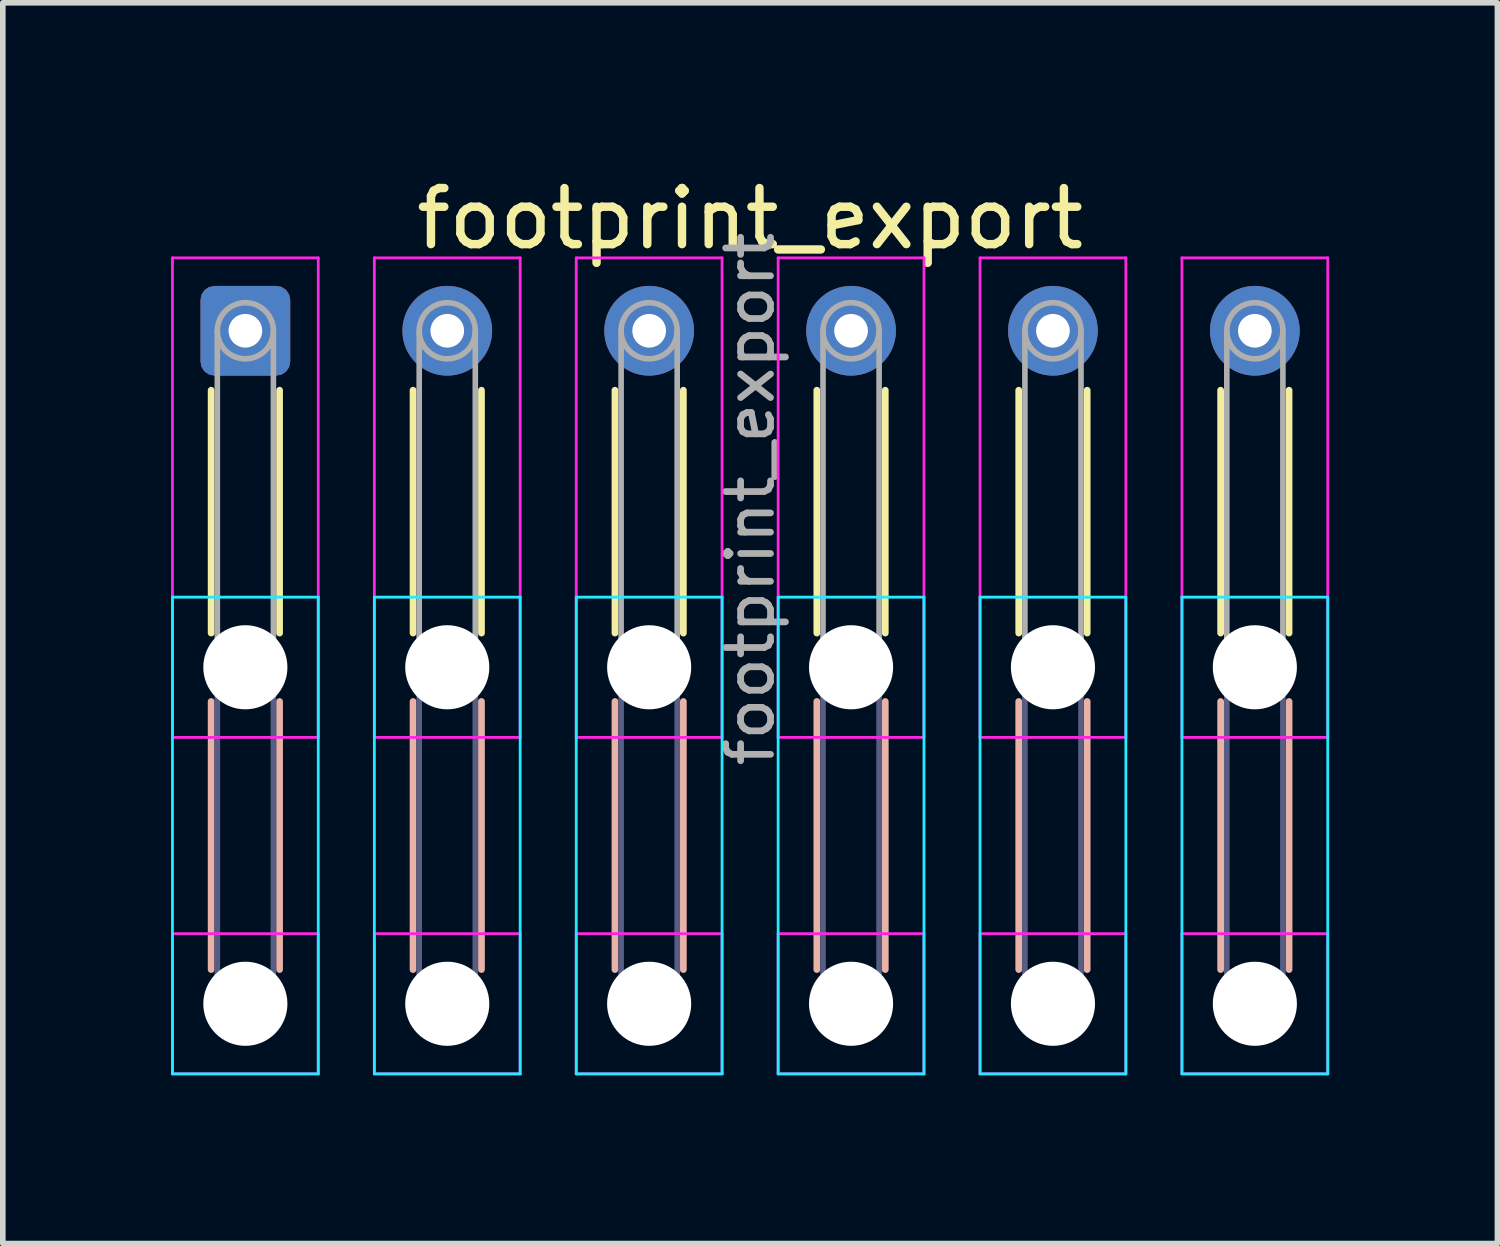
<source format=kicad_pcb>
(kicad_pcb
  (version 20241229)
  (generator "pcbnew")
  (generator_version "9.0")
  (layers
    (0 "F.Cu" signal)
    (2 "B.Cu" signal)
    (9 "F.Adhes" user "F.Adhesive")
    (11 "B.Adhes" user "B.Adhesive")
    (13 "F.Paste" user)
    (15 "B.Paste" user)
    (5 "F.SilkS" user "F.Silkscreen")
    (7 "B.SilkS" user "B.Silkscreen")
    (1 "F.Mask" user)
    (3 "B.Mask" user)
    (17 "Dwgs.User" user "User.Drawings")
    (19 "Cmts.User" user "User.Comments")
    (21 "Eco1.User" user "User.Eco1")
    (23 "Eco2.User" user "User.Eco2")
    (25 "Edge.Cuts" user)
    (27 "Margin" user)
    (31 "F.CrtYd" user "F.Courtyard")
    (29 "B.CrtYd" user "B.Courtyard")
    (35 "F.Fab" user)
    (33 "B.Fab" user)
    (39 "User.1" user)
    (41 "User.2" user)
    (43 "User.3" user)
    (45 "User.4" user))
  (footprint "footprint_export"
    (layer "F.Cu")
    (at 1.325 2.848)
    (property "Reference" "footprint_export" (at 9 -2 0) (layer "F.SilkS") (effects (font (size 1 1) (thickness 0.15))))
    (attr exclude_from_pos_files exclude_from_bom)
    (fp_line (start -0.61 1.06) (end -0.61 5.39) (stroke (width 0.12) (type solid)) (layer "F.SilkS"))
    (fp_line (start 0.61 1.06) (end 0.61 5.39) (stroke (width 0.12) (type solid)) (layer "F.SilkS"))
    (fp_line (start 2.99 1.06) (end 2.99 5.39) (stroke (width 0.12) (type solid)) (layer "F.SilkS"))
    (fp_line (start 4.21 1.06) (end 4.21 5.39) (stroke (width 0.12) (type solid)) (layer "F.SilkS"))
    (fp_line (start 6.59 1.06) (end 6.59 5.39) (stroke (width 0.12) (type solid)) (layer "F.SilkS"))
    (fp_line (start 7.81 1.06) (end 7.81 5.39) (stroke (width 0.12) (type solid)) (layer "F.SilkS"))
    (fp_line (start 10.19 1.06) (end 10.19 5.39) (stroke (width 0.12) (type solid)) (layer "F.SilkS"))
    (fp_line (start 11.41 1.06) (end 11.41 5.39) (stroke (width 0.12) (type solid)) (layer "F.SilkS"))
    (fp_line (start 13.79 1.06) (end 13.79 5.39) (stroke (width 0.12) (type solid)) (layer "F.SilkS"))
    (fp_line (start 15.01 1.06) (end 15.01 5.39) (stroke (width 0.12) (type solid)) (layer "F.SilkS"))
    (fp_line (start 17.39 1.06) (end 17.39 5.39) (stroke (width 0.12) (type solid)) (layer "F.SilkS"))
    (fp_line (start 18.61 1.06) (end 18.61 5.39) (stroke (width 0.12) (type solid)) (layer "F.SilkS"))
    (fp_line (start -0.61 6.61) (end -0.61 11.39) (stroke (width 0.12) (type solid)) (layer "B.SilkS"))
    (fp_line (start 0.61 6.61) (end 0.61 11.39) (stroke (width 0.12) (type solid)) (layer "B.SilkS"))
    (fp_line (start 2.99 6.61) (end 2.99 11.39) (stroke (width 0.12) (type solid)) (layer "B.SilkS"))
    (fp_line (start 4.21 6.61) (end 4.21 11.39) (stroke (width 0.12) (type solid)) (layer "B.SilkS"))
    (fp_line (start 6.59 6.61) (end 6.59 11.39) (stroke (width 0.12) (type solid)) (layer "B.SilkS"))
    (fp_line (start 7.81 6.61) (end 7.81 11.39) (stroke (width 0.12) (type solid)) (layer "B.SilkS"))
    (fp_line (start 10.19 6.61) (end 10.19 11.39) (stroke (width 0.12) (type solid)) (layer "B.SilkS"))
    (fp_line (start 11.41 6.61) (end 11.41 11.39) (stroke (width 0.12) (type solid)) (layer "B.SilkS"))
    (fp_line (start 13.79 6.61) (end 13.79 11.39) (stroke (width 0.12) (type solid)) (layer "B.SilkS"))
    (fp_line (start 15.01 6.61) (end 15.01 11.39) (stroke (width 0.12) (type solid)) (layer "B.SilkS"))
    (fp_line (start 17.39 6.61) (end 17.39 11.39) (stroke (width 0.12) (type solid)) (layer "B.SilkS"))
    (fp_line (start 18.61 6.61) (end 18.61 11.39) (stroke (width 0.12) (type solid)) (layer "B.SilkS"))
    (fp_line (start -1.3 4.75) (end -1.3 13.25) (stroke (width 0.05) (type solid)) (layer "B.CrtYd"))
    (fp_line (start -1.3 13.25) (end 1.3 13.25) (stroke (width 0.05) (type solid)) (layer "B.CrtYd"))
    (fp_line (start 1.3 4.75) (end -1.3 4.75) (stroke (width 0.05) (type solid)) (layer "B.CrtYd"))
    (fp_line (start 1.3 13.25) (end 1.3 4.75) (stroke (width 0.05) (type solid)) (layer "B.CrtYd"))
    (fp_line (start 2.3 4.75) (end 2.3 13.25) (stroke (width 0.05) (type solid)) (layer "B.CrtYd"))
    (fp_line (start 2.3 13.25) (end 4.9 13.25) (stroke (width 0.05) (type solid)) (layer "B.CrtYd"))
    (fp_line (start 4.9 4.75) (end 2.3 4.75) (stroke (width 0.05) (type solid)) (layer "B.CrtYd"))
    (fp_line (start 4.9 13.25) (end 4.9 4.75) (stroke (width 0.05) (type solid)) (layer "B.CrtYd"))
    (fp_line (start 5.9 4.75) (end 5.9 13.25) (stroke (width 0.05) (type solid)) (layer "B.CrtYd"))
    (fp_line (start 5.9 13.25) (end 8.5 13.25) (stroke (width 0.05) (type solid)) (layer "B.CrtYd"))
    (fp_line (start 8.5 4.75) (end 5.9 4.75) (stroke (width 0.05) (type solid)) (layer "B.CrtYd"))
    (fp_line (start 8.5 13.25) (end 8.5 4.75) (stroke (width 0.05) (type solid)) (layer "B.CrtYd"))
    (fp_line (start 9.5 4.75) (end 9.5 13.25) (stroke (width 0.05) (type solid)) (layer "B.CrtYd"))
    (fp_line (start 9.5 13.25) (end 12.1 13.25) (stroke (width 0.05) (type solid)) (layer "B.CrtYd"))
    (fp_line (start 12.1 4.75) (end 9.5 4.75) (stroke (width 0.05) (type solid)) (layer "B.CrtYd"))
    (fp_line (start 12.1 13.25) (end 12.1 4.75) (stroke (width 0.05) (type solid)) (layer "B.CrtYd"))
    (fp_line (start 13.1 4.75) (end 13.1 13.25) (stroke (width 0.05) (type solid)) (layer "B.CrtYd"))
    (fp_line (start 13.1 13.25) (end 15.7 13.25) (stroke (width 0.05) (type solid)) (layer "B.CrtYd"))
    (fp_line (start 15.7 4.75) (end 13.1 4.75) (stroke (width 0.05) (type solid)) (layer "B.CrtYd"))
    (fp_line (start 15.7 13.25) (end 15.7 4.75) (stroke (width 0.05) (type solid)) (layer "B.CrtYd"))
    (fp_line (start 16.7 4.75) (end 16.7 13.25) (stroke (width 0.05) (type solid)) (layer "B.CrtYd"))
    (fp_line (start 16.7 13.25) (end 19.3 13.25) (stroke (width 0.05) (type solid)) (layer "B.CrtYd"))
    (fp_line (start 19.3 4.75) (end 16.7 4.75) (stroke (width 0.05) (type solid)) (layer "B.CrtYd"))
    (fp_line (start 19.3 13.25) (end 19.3 4.75) (stroke (width 0.05) (type solid)) (layer "B.CrtYd"))
    (fp_line (start -1.3 -1.3) (end -1.3 7.25) (stroke (width 0.05) (type solid)) (layer "F.CrtYd"))
    (fp_line (start -1.3 7.25) (end 1.3 7.25) (stroke (width 0.05) (type solid)) (layer "F.CrtYd"))
    (fp_line (start -1.3 10.75) (end -1.3 13.25) (stroke (width 0.05) (type solid)) (layer "F.CrtYd"))
    (fp_line (start -1.3 13.25) (end 1.3 13.25) (stroke (width 0.05) (type solid)) (layer "F.CrtYd"))
    (fp_line (start 1.3 -1.3) (end -1.3 -1.3) (stroke (width 0.05) (type solid)) (layer "F.CrtYd"))
    (fp_line (start 1.3 7.25) (end 1.3 -1.3) (stroke (width 0.05) (type solid)) (layer "F.CrtYd"))
    (fp_line (start 1.3 10.75) (end -1.3 10.75) (stroke (width 0.05) (type solid)) (layer "F.CrtYd"))
    (fp_line (start 1.3 13.25) (end 1.3 10.75) (stroke (width 0.05) (type solid)) (layer "F.CrtYd"))
    (fp_line (start 2.3 -1.3) (end 2.3 7.25) (stroke (width 0.05) (type solid)) (layer "F.CrtYd"))
    (fp_line (start 2.3 7.25) (end 4.9 7.25) (stroke (width 0.05) (type solid)) (layer "F.CrtYd"))
    (fp_line (start 2.3 10.75) (end 2.3 13.25) (stroke (width 0.05) (type solid)) (layer "F.CrtYd"))
    (fp_line (start 2.3 13.25) (end 4.9 13.25) (stroke (width 0.05) (type solid)) (layer "F.CrtYd"))
    (fp_line (start 4.9 -1.3) (end 2.3 -1.3) (stroke (width 0.05) (type solid)) (layer "F.CrtYd"))
    (fp_line (start 4.9 7.25) (end 4.9 -1.3) (stroke (width 0.05) (type solid)) (layer "F.CrtYd"))
    (fp_line (start 4.9 10.75) (end 2.3 10.75) (stroke (width 0.05) (type solid)) (layer "F.CrtYd"))
    (fp_line (start 4.9 13.25) (end 4.9 10.75) (stroke (width 0.05) (type solid)) (layer "F.CrtYd"))
    (fp_line (start 5.9 -1.3) (end 5.9 7.25) (stroke (width 0.05) (type solid)) (layer "F.CrtYd"))
    (fp_line (start 5.9 7.25) (end 8.5 7.25) (stroke (width 0.05) (type solid)) (layer "F.CrtYd"))
    (fp_line (start 5.9 10.75) (end 5.9 13.25) (stroke (width 0.05) (type solid)) (layer "F.CrtYd"))
    (fp_line (start 5.9 13.25) (end 8.5 13.25) (stroke (width 0.05) (type solid)) (layer "F.CrtYd"))
    (fp_line (start 8.5 -1.3) (end 5.9 -1.3) (stroke (width 0.05) (type solid)) (layer "F.CrtYd"))
    (fp_line (start 8.5 7.25) (end 8.5 -1.3) (stroke (width 0.05) (type solid)) (layer "F.CrtYd"))
    (fp_line (start 8.5 10.75) (end 5.9 10.75) (stroke (width 0.05) (type solid)) (layer "F.CrtYd"))
    (fp_line (start 8.5 13.25) (end 8.5 10.75) (stroke (width 0.05) (type solid)) (layer "F.CrtYd"))
    (fp_line (start 9.5 -1.3) (end 9.5 7.25) (stroke (width 0.05) (type solid)) (layer "F.CrtYd"))
    (fp_line (start 9.5 7.25) (end 12.1 7.25) (stroke (width 0.05) (type solid)) (layer "F.CrtYd"))
    (fp_line (start 9.5 10.75) (end 9.5 13.25) (stroke (width 0.05) (type solid)) (layer "F.CrtYd"))
    (fp_line (start 9.5 13.25) (end 12.1 13.25) (stroke (width 0.05) (type solid)) (layer "F.CrtYd"))
    (fp_line (start 12.1 -1.3) (end 9.5 -1.3) (stroke (width 0.05) (type solid)) (layer "F.CrtYd"))
    (fp_line (start 12.1 7.25) (end 12.1 -1.3) (stroke (width 0.05) (type solid)) (layer "F.CrtYd"))
    (fp_line (start 12.1 10.75) (end 9.5 10.75) (stroke (width 0.05) (type solid)) (layer "F.CrtYd"))
    (fp_line (start 12.1 13.25) (end 12.1 10.75) (stroke (width 0.05) (type solid)) (layer "F.CrtYd"))
    (fp_line (start 13.1 -1.3) (end 13.1 7.25) (stroke (width 0.05) (type solid)) (layer "F.CrtYd"))
    (fp_line (start 13.1 7.25) (end 15.7 7.25) (stroke (width 0.05) (type solid)) (layer "F.CrtYd"))
    (fp_line (start 13.1 10.75) (end 13.1 13.25) (stroke (width 0.05) (type solid)) (layer "F.CrtYd"))
    (fp_line (start 13.1 13.25) (end 15.7 13.25) (stroke (width 0.05) (type solid)) (layer "F.CrtYd"))
    (fp_line (start 15.7 -1.3) (end 13.1 -1.3) (stroke (width 0.05) (type solid)) (layer "F.CrtYd"))
    (fp_line (start 15.7 7.25) (end 15.7 -1.3) (stroke (width 0.05) (type solid)) (layer "F.CrtYd"))
    (fp_line (start 15.7 10.75) (end 13.1 10.75) (stroke (width 0.05) (type solid)) (layer "F.CrtYd"))
    (fp_line (start 15.7 13.25) (end 15.7 10.75) (stroke (width 0.05) (type solid)) (layer "F.CrtYd"))
    (fp_line (start 16.7 -1.3) (end 16.7 7.25) (stroke (width 0.05) (type solid)) (layer "F.CrtYd"))
    (fp_line (start 16.7 7.25) (end 19.3 7.25) (stroke (width 0.05) (type solid)) (layer "F.CrtYd"))
    (fp_line (start 16.7 10.75) (end 16.7 13.25) (stroke (width 0.05) (type solid)) (layer "F.CrtYd"))
    (fp_line (start 16.7 13.25) (end 19.3 13.25) (stroke (width 0.05) (type solid)) (layer "F.CrtYd"))
    (fp_line (start 19.3 -1.3) (end 16.7 -1.3) (stroke (width 0.05) (type solid)) (layer "F.CrtYd"))
    (fp_line (start 19.3 7.25) (end 19.3 -1.3) (stroke (width 0.05) (type solid)) (layer "F.CrtYd"))
    (fp_line (start 19.3 10.75) (end 16.7 10.75) (stroke (width 0.05) (type solid)) (layer "F.CrtYd"))
    (fp_line (start 19.3 13.25) (end 19.3 10.75) (stroke (width 0.05) (type solid)) (layer "F.CrtYd"))
    (fp_line (start -0.5 6) (end -0.5 12) (stroke (width 0.1) (type solid)) (layer "B.Fab"))
    (fp_line (start 0.5 6) (end 0.5 12) (stroke (width 0.1) (type solid)) (layer "B.Fab"))
    (fp_line (start 3.1 6) (end 3.1 12) (stroke (width 0.1) (type solid)) (layer "B.Fab"))
    (fp_line (start 4.1 6) (end 4.1 12) (stroke (width 0.1) (type solid)) (layer "B.Fab"))
    (fp_line (start 6.7 6) (end 6.7 12) (stroke (width 0.1) (type solid)) (layer "B.Fab"))
    (fp_line (start 7.7 6) (end 7.7 12) (stroke (width 0.1) (type solid)) (layer "B.Fab"))
    (fp_line (start 10.3 6) (end 10.3 12) (stroke (width 0.1) (type solid)) (layer "B.Fab"))
    (fp_line (start 11.3 6) (end 11.3 12) (stroke (width 0.1) (type solid)) (layer "B.Fab"))
    (fp_line (start 13.9 6) (end 13.9 12) (stroke (width 0.1) (type solid)) (layer "B.Fab"))
    (fp_line (start 14.9 6) (end 14.9 12) (stroke (width 0.1) (type solid)) (layer "B.Fab"))
    (fp_line (start 17.5 6) (end 17.5 12) (stroke (width 0.1) (type solid)) (layer "B.Fab"))
    (fp_line (start 18.5 6) (end 18.5 12) (stroke (width 0.1) (type solid)) (layer "B.Fab"))
    (fp_circle (center 0 6) (end 0.5 6) (stroke (width 0.1) (type solid)) (fill no) (layer "B.Fab"))
    (fp_circle (center 0 12) (end 0.5 12) (stroke (width 0.1) (type solid)) (fill no) (layer "B.Fab"))
    (fp_circle (center 3.6 6) (end 4.1 6) (stroke (width 0.1) (type solid)) (fill no) (layer "B.Fab"))
    (fp_circle (center 3.6 12) (end 4.1 12) (stroke (width 0.1) (type solid)) (fill no) (layer "B.Fab"))
    (fp_circle (center 7.2 6) (end 7.7 6) (stroke (width 0.1) (type solid)) (fill no) (layer "B.Fab"))
    (fp_circle (center 7.2 12) (end 7.7 12) (stroke (width 0.1) (type solid)) (fill no) (layer "B.Fab"))
    (fp_circle (center 10.8 6) (end 11.3 6) (stroke (width 0.1) (type solid)) (fill no) (layer "B.Fab"))
    (fp_circle (center 10.8 12) (end 11.3 12) (stroke (width 0.1) (type solid)) (fill no) (layer "B.Fab"))
    (fp_circle (center 14.4 6) (end 14.9 6) (stroke (width 0.1) (type solid)) (fill no) (layer "B.Fab"))
    (fp_circle (center 14.4 12) (end 14.9 12) (stroke (width 0.1) (type solid)) (fill no) (layer "B.Fab"))
    (fp_circle (center 18 6) (end 18.5 6) (stroke (width 0.1) (type solid)) (fill no) (layer "B.Fab"))
    (fp_circle (center 18 12) (end 18.5 12) (stroke (width 0.1) (type solid)) (fill no) (layer "B.Fab"))
    (fp_line (start -0.5 0) (end -0.5 6) (stroke (width 0.1) (type solid)) (layer "F.Fab"))
    (fp_line (start 0.5 0) (end 0.5 6) (stroke (width 0.1) (type solid)) (layer "F.Fab"))
    (fp_line (start 3.1 0) (end 3.1 6) (stroke (width 0.1) (type solid)) (layer "F.Fab"))
    (fp_line (start 4.1 0) (end 4.1 6) (stroke (width 0.1) (type solid)) (layer "F.Fab"))
    (fp_line (start 6.7 0) (end 6.7 6) (stroke (width 0.1) (type solid)) (layer "F.Fab"))
    (fp_line (start 7.7 0) (end 7.7 6) (stroke (width 0.1) (type solid)) (layer "F.Fab"))
    (fp_line (start 10.3 0) (end 10.3 6) (stroke (width 0.1) (type solid)) (layer "F.Fab"))
    (fp_line (start 11.3 0) (end 11.3 6) (stroke (width 0.1) (type solid)) (layer "F.Fab"))
    (fp_line (start 13.9 0) (end 13.9 6) (stroke (width 0.1) (type solid)) (layer "F.Fab"))
    (fp_line (start 14.9 0) (end 14.9 6) (stroke (width 0.1) (type solid)) (layer "F.Fab"))
    (fp_line (start 17.5 0) (end 17.5 6) (stroke (width 0.1) (type solid)) (layer "F.Fab"))
    (fp_line (start 18.5 0) (end 18.5 6) (stroke (width 0.1) (type solid)) (layer "F.Fab"))
    (fp_circle (center 0 0) (end 0.5 0) (stroke (width 0.1) (type solid)) (fill no) (layer "F.Fab"))
    (fp_circle (center 0 6) (end 0.5 6) (stroke (width 0.1) (type solid)) (fill no) (layer "F.Fab"))
    (fp_circle (center 0 12) (end 0.5 12) (stroke (width 0.1) (type solid)) (fill no) (layer "F.Fab"))
    (fp_circle (center 3.6 0) (end 4.1 0) (stroke (width 0.1) (type solid)) (fill no) (layer "F.Fab"))
    (fp_circle (center 3.6 6) (end 4.1 6) (stroke (width 0.1) (type solid)) (fill no) (layer "F.Fab"))
    (fp_circle (center 3.6 12) (end 4.1 12) (stroke (width 0.1) (type solid)) (fill no) (layer "F.Fab"))
    (fp_circle (center 7.2 0) (end 7.7 0) (stroke (width 0.1) (type solid)) (fill no) (layer "F.Fab"))
    (fp_circle (center 7.2 6) (end 7.7 6) (stroke (width 0.1) (type solid)) (fill no) (layer "F.Fab"))
    (fp_circle (center 7.2 12) (end 7.7 12) (stroke (width 0.1) (type solid)) (fill no) (layer "F.Fab"))
    (fp_circle (center 10.8 0) (end 11.3 0) (stroke (width 0.1) (type solid)) (fill no) (layer "F.Fab"))
    (fp_circle (center 10.8 6) (end 11.3 6) (stroke (width 0.1) (type solid)) (fill no) (layer "F.Fab"))
    (fp_circle (center 10.8 12) (end 11.3 12) (stroke (width 0.1) (type solid)) (fill no) (layer "F.Fab"))
    (fp_circle (center 14.4 0) (end 14.9 0) (stroke (width 0.1) (type solid)) (fill no) (layer "F.Fab"))
    (fp_circle (center 14.4 6) (end 14.9 6) (stroke (width 0.1) (type solid)) (fill no) (layer "F.Fab"))
    (fp_circle (center 14.4 12) (end 14.9 12) (stroke (width 0.1) (type solid)) (fill no) (layer "F.Fab"))
    (fp_circle (center 18 0) (end 18.5 0) (stroke (width 0.1) (type solid)) (fill no) (layer "F.Fab"))
    (fp_circle (center 18 6) (end 18.5 6) (stroke (width 0.1) (type solid)) (fill no) (layer "F.Fab"))
    (fp_circle (center 18 12) (end 18.5 12) (stroke (width 0.1) (type solid)) (fill no) (layer "F.Fab"))
    (fp_text user "${REFERENCE}" (at 9 3 90) (layer "F.Fab") (effects (font (size 0.8 0.8) (thickness 0.12))))
    (pad "" np_thru_hole circle (at 0 6) (size 1.5 1.5) (drill 1.5) (layers "*.Cu" "*.Mask"))
    (pad "" np_thru_hole circle (at 0 12) (size 1.5 1.5) (drill 1.5) (layers "*.Cu" "*.Mask"))
    (pad "" np_thru_hole circle (at 3.6 6) (size 1.5 1.5) (drill 1.5) (layers "*.Cu" "*.Mask"))
    (pad "" np_thru_hole circle (at 3.6 12) (size 1.5 1.5) (drill 1.5) (layers "*.Cu" "*.Mask"))
    (pad "" np_thru_hole circle (at 7.2 6) (size 1.5 1.5) (drill 1.5) (layers "*.Cu" "*.Mask"))
    (pad "" np_thru_hole circle (at 7.2 12) (size 1.5 1.5) (drill 1.5) (layers "*.Cu" "*.Mask"))
    (pad "" np_thru_hole circle (at 10.8 6) (size 1.5 1.5) (drill 1.5) (layers "*.Cu" "*.Mask"))
    (pad "" np_thru_hole circle (at 10.8 12) (size 1.5 1.5) (drill 1.5) (layers "*.Cu" "*.Mask"))
    (pad "" np_thru_hole circle (at 14.4 6) (size 1.5 1.5) (drill 1.5) (layers "*.Cu" "*.Mask"))
    (pad "" np_thru_hole circle (at 14.4 12) (size 1.5 1.5) (drill 1.5) (layers "*.Cu" "*.Mask"))
    (pad "" np_thru_hole circle (at 18 6) (size 1.5 1.5) (drill 1.5) (layers "*.Cu" "*.Mask"))
    (pad "" np_thru_hole circle (at 18 12) (size 1.5 1.5) (drill 1.5) (layers "*.Cu" "*.Mask"))
    (pad "1" thru_hole roundrect (at 0 0) (size 1.6 1.6) (drill 0.6) (layers "*.Cu" "*.Mask") (roundrect_rratio 0.156))
    (pad "2" thru_hole circle (at 3.6 0) (size 1.6 1.6) (drill 0.6) (layers "*.Cu" "*.Mask"))
    (pad "3" thru_hole circle (at 7.2 0) (size 1.6 1.6) (drill 0.6) (layers "*.Cu" "*.Mask"))
    (pad "4" thru_hole circle (at 10.8 0) (size 1.6 1.6) (drill 0.6) (layers "*.Cu" "*.Mask"))
    (pad "5" thru_hole circle (at 14.4 0) (size 1.6 1.6) (drill 0.6) (layers "*.Cu" "*.Mask"))
    (pad "6" thru_hole circle (at 18 0) (size 1.6 1.6) (drill 0.6) (layers "*.Cu" "*.Mask")))
  (gr_rect
    (start -3 -3)
    (end 23.65 19.123)
    (stroke (width 0.1) (type default))
    (fill no)
    (layer "Edge.Cuts")))
</source>
